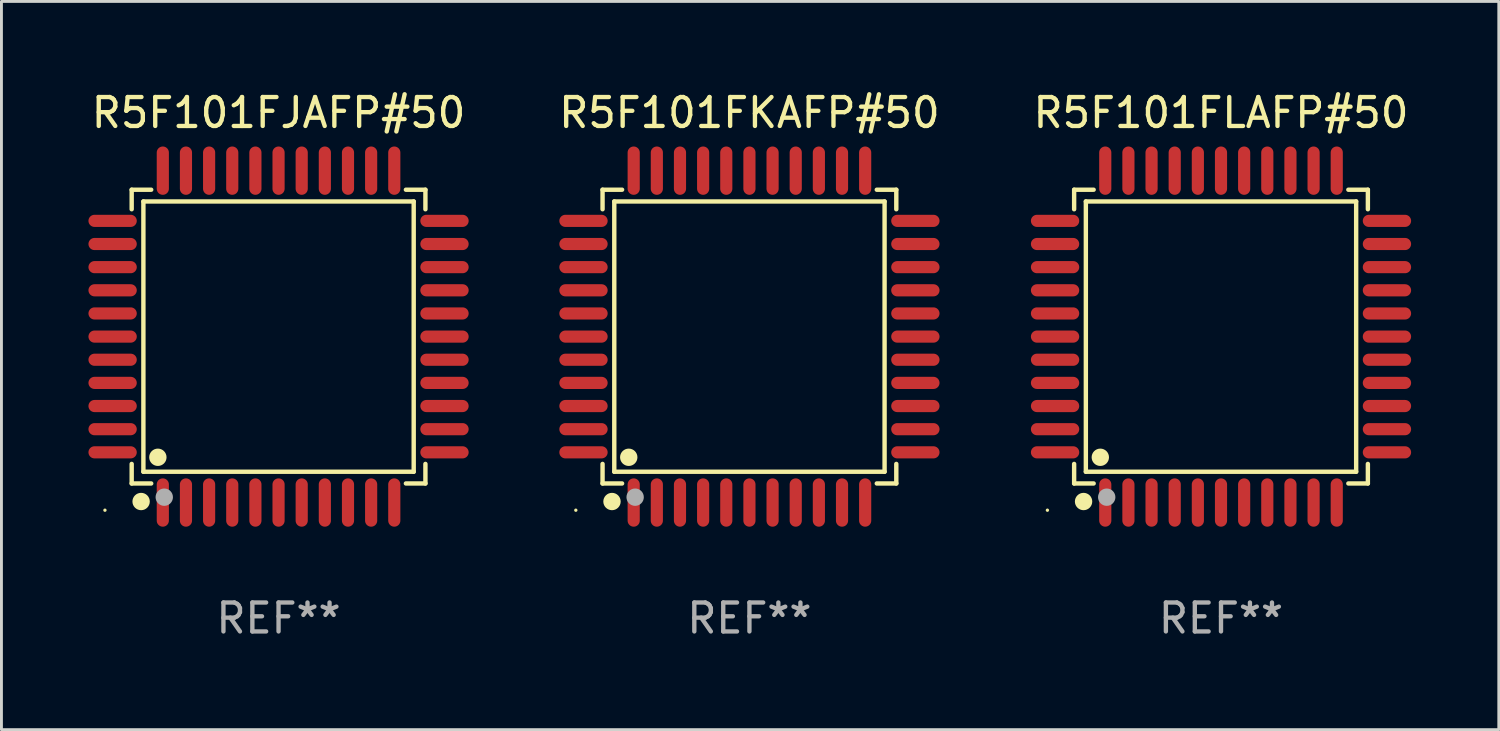
<source format=kicad_pcb>
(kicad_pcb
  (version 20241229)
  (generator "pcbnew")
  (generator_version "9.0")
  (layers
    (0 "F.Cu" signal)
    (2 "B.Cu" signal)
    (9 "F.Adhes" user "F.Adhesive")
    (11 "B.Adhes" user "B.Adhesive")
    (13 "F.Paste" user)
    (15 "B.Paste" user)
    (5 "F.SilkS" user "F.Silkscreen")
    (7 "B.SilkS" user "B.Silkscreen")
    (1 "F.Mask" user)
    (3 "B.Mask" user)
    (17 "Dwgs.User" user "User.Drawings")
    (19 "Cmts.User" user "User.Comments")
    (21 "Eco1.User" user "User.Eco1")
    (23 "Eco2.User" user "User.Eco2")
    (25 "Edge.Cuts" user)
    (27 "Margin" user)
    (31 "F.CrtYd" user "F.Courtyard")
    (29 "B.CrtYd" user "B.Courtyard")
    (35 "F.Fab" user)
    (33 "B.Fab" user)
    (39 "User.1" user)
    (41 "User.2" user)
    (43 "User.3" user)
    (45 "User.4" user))
  (footprint "R5F101FJAFP#50"
    (layer "F.Cu")
    (at 6.577 8.583)
    (property "Reference" "R5F101FJAFP#50" (at 0 -7.735 0) (layer "F.SilkS") (effects (font (size 1 1) (thickness 0.15))))
    (attr through_hole)
    (fp_line (start -5.076 -5.076) (end -4.401 -5.076) (stroke (width 0.152) (type solid)) (layer "F.SilkS"))
    (fp_line (start -5.076 -4.401) (end -5.076 -5.076) (stroke (width 0.152) (type solid)) (layer "F.SilkS"))
    (fp_line (start -5.076 4.401) (end -5.076 5.076) (stroke (width 0.152) (type solid)) (layer "F.SilkS"))
    (fp_line (start -5.076 5.076) (end -4.401 5.076) (stroke (width 0.152) (type solid)) (layer "F.SilkS"))
    (fp_line (start -4.671 -4.671) (end 4.671 -4.671) (stroke (width 0.152) (type solid)) (layer "F.SilkS"))
    (fp_line (start -4.671 4.671) (end -4.671 -4.671) (stroke (width 0.152) (type solid)) (layer "F.SilkS"))
    (fp_line (start 4.671 -4.671) (end 4.671 4.671) (stroke (width 0.152) (type solid)) (layer "F.SilkS"))
    (fp_line (start 4.671 4.671) (end -4.671 4.671) (stroke (width 0.152) (type solid)) (layer "F.SilkS"))
    (fp_line (start 5.076 -5.076) (end 4.401 -5.076) (stroke (width 0.152) (type solid)) (layer "F.SilkS"))
    (fp_line (start 5.076 -4.401) (end 5.076 -5.076) (stroke (width 0.152) (type solid)) (layer "F.SilkS"))
    (fp_line (start 5.076 4.401) (end 5.076 5.076) (stroke (width 0.152) (type solid)) (layer "F.SilkS"))
    (fp_line (start 5.076 5.076) (end 4.401 5.076) (stroke (width 0.152) (type solid)) (layer "F.SilkS"))
    (fp_circle (center -6 6) (end -5.97 6) (stroke (width 0.06) (type solid)) (fill no) (layer "F.SilkS"))
    (fp_circle (center -4.75 5.7) (end -4.6 5.7) (stroke (width 0.3) (type solid)) (fill no) (layer "F.SilkS"))
    (fp_circle (center -4.171 4.171) (end -4.021 4.171) (stroke (width 0.3) (type solid)) (fill no) (layer "F.SilkS"))
    (fp_circle (center -3.95 5.55) (end -3.8 5.55) (stroke (width 0.3) (type solid)) (fill no) (layer "F.Fab"))
    (fp_text user "REF**" (at 0 9.735 0) (layer "F.Fab") (effects (font (size 1 1) (thickness 0.15))))
    (pad "1" smd oval (at -4 5.735) (size 0.42 1.67) (layers "F.Cu" "F.Mask" "F.Paste"))
    (pad "2" smd oval (at -3.2 5.735) (size 0.42 1.67) (layers "F.Cu" "F.Mask" "F.Paste"))
    (pad "3" smd oval (at -2.4 5.735) (size 0.42 1.67) (layers "F.Cu" "F.Mask" "F.Paste"))
    (pad "4" smd oval (at -1.6 5.735) (size 0.42 1.67) (layers "F.Cu" "F.Mask" "F.Paste"))
    (pad "5" smd oval (at -0.8 5.735) (size 0.42 1.67) (layers "F.Cu" "F.Mask" "F.Paste"))
    (pad "6" smd oval (at 0 5.735) (size 0.42 1.67) (layers "F.Cu" "F.Mask" "F.Paste"))
    (pad "7" smd oval (at 0.8 5.735) (size 0.42 1.67) (layers "F.Cu" "F.Mask" "F.Paste"))
    (pad "8" smd oval (at 1.6 5.735) (size 0.42 1.67) (layers "F.Cu" "F.Mask" "F.Paste"))
    (pad "9" smd oval (at 2.4 5.735) (size 0.42 1.67) (layers "F.Cu" "F.Mask" "F.Paste"))
    (pad "10" smd oval (at 3.2 5.735) (size 0.42 1.67) (layers "F.Cu" "F.Mask" "F.Paste"))
    (pad "11" smd oval (at 4 5.735) (size 0.42 1.67) (layers "F.Cu" "F.Mask" "F.Paste"))
    (pad "12" smd oval (at 5.735 4) (size 1.67 0.42) (layers "F.Cu" "F.Mask" "F.Paste"))
    (pad "13" smd oval (at 5.735 3.2) (size 1.67 0.42) (layers "F.Cu" "F.Mask" "F.Paste"))
    (pad "14" smd oval (at 5.735 2.4) (size 1.67 0.42) (layers "F.Cu" "F.Mask" "F.Paste"))
    (pad "15" smd oval (at 5.735 1.6) (size 1.67 0.42) (layers "F.Cu" "F.Mask" "F.Paste"))
    (pad "16" smd oval (at 5.735 0.8) (size 1.67 0.42) (layers "F.Cu" "F.Mask" "F.Paste"))
    (pad "17" smd oval (at 5.735 0) (size 1.67 0.42) (layers "F.Cu" "F.Mask" "F.Paste"))
    (pad "18" smd oval (at 5.735 -0.8) (size 1.67 0.42) (layers "F.Cu" "F.Mask" "F.Paste"))
    (pad "19" smd oval (at 5.735 -1.6) (size 1.67 0.42) (layers "F.Cu" "F.Mask" "F.Paste"))
    (pad "20" smd oval (at 5.735 -2.4) (size 1.67 0.42) (layers "F.Cu" "F.Mask" "F.Paste"))
    (pad "21" smd oval (at 5.735 -3.2) (size 1.67 0.42) (layers "F.Cu" "F.Mask" "F.Paste"))
    (pad "22" smd oval (at 5.735 -4) (size 1.67 0.42) (layers "F.Cu" "F.Mask" "F.Paste"))
    (pad "23" smd oval (at 4 -5.735) (size 0.42 1.67) (layers "F.Cu" "F.Mask" "F.Paste"))
    (pad "24" smd oval (at 3.2 -5.735) (size 0.42 1.67) (layers "F.Cu" "F.Mask" "F.Paste"))
    (pad "25" smd oval (at 2.4 -5.735) (size 0.42 1.67) (layers "F.Cu" "F.Mask" "F.Paste"))
    (pad "26" smd oval (at 1.6 -5.735) (size 0.42 1.67) (layers "F.Cu" "F.Mask" "F.Paste"))
    (pad "27" smd oval (at 0.8 -5.735) (size 0.42 1.67) (layers "F.Cu" "F.Mask" "F.Paste"))
    (pad "28" smd oval (at 0 -5.735) (size 0.42 1.67) (layers "F.Cu" "F.Mask" "F.Paste"))
    (pad "29" smd oval (at -0.8 -5.735) (size 0.42 1.67) (layers "F.Cu" "F.Mask" "F.Paste"))
    (pad "30" smd oval (at -1.6 -5.735) (size 0.42 1.67) (layers "F.Cu" "F.Mask" "F.Paste"))
    (pad "31" smd oval (at -2.4 -5.735) (size 0.42 1.67) (layers "F.Cu" "F.Mask" "F.Paste"))
    (pad "32" smd oval (at -3.2 -5.735) (size 0.42 1.67) (layers "F.Cu" "F.Mask" "F.Paste"))
    (pad "33" smd oval (at -4 -5.735) (size 0.42 1.67) (layers "F.Cu" "F.Mask" "F.Paste"))
    (pad "34" smd oval (at -5.735 -4) (size 1.67 0.42) (layers "F.Cu" "F.Mask" "F.Paste"))
    (pad "35" smd oval (at -5.735 -3.2) (size 1.67 0.42) (layers "F.Cu" "F.Mask" "F.Paste"))
    (pad "36" smd oval (at -5.735 -2.4) (size 1.67 0.42) (layers "F.Cu" "F.Mask" "F.Paste"))
    (pad "37" smd oval (at -5.735 -1.6) (size 1.67 0.42) (layers "F.Cu" "F.Mask" "F.Paste"))
    (pad "38" smd oval (at -5.735 -0.8) (size 1.67 0.42) (layers "F.Cu" "F.Mask" "F.Paste"))
    (pad "39" smd oval (at -5.735 0) (size 1.67 0.42) (layers "F.Cu" "F.Mask" "F.Paste"))
    (pad "40" smd oval (at -5.735 0.8) (size 1.67 0.42) (layers "F.Cu" "F.Mask" "F.Paste"))
    (pad "41" smd oval (at -5.735 1.6) (size 1.67 0.42) (layers "F.Cu" "F.Mask" "F.Paste"))
    (pad "42" smd oval (at -5.735 2.4) (size 1.67 0.42) (layers "F.Cu" "F.Mask" "F.Paste"))
    (pad "43" smd oval (at -5.735 3.2) (size 1.67 0.42) (layers "F.Cu" "F.Mask" "F.Paste"))
    (pad "44" smd oval (at -5.735 4) (size 1.67 0.42) (layers "F.Cu" "F.Mask" "F.Paste")))
  (footprint "R5F101FLAFP#50"
    (layer "F.Cu")
    (at 39.149 8.583)
    (property "Reference" "R5F101FLAFP#50" (at 0 -7.735 0) (layer "F.SilkS") (effects (font (size 1 1) (thickness 0.15))))
    (attr through_hole)
    (fp_line (start -5.076 -5.076) (end -4.401 -5.076) (stroke (width 0.152) (type solid)) (layer "F.SilkS"))
    (fp_line (start -5.076 -4.401) (end -5.076 -5.076) (stroke (width 0.152) (type solid)) (layer "F.SilkS"))
    (fp_line (start -5.076 4.401) (end -5.076 5.076) (stroke (width 0.152) (type solid)) (layer "F.SilkS"))
    (fp_line (start -5.076 5.076) (end -4.401 5.076) (stroke (width 0.152) (type solid)) (layer "F.SilkS"))
    (fp_line (start -4.671 -4.671) (end 4.671 -4.671) (stroke (width 0.152) (type solid)) (layer "F.SilkS"))
    (fp_line (start -4.671 4.671) (end -4.671 -4.671) (stroke (width 0.152) (type solid)) (layer "F.SilkS"))
    (fp_line (start 4.671 -4.671) (end 4.671 4.671) (stroke (width 0.152) (type solid)) (layer "F.SilkS"))
    (fp_line (start 4.671 4.671) (end -4.671 4.671) (stroke (width 0.152) (type solid)) (layer "F.SilkS"))
    (fp_line (start 5.076 -5.076) (end 4.401 -5.076) (stroke (width 0.152) (type solid)) (layer "F.SilkS"))
    (fp_line (start 5.076 -4.401) (end 5.076 -5.076) (stroke (width 0.152) (type solid)) (layer "F.SilkS"))
    (fp_line (start 5.076 4.401) (end 5.076 5.076) (stroke (width 0.152) (type solid)) (layer "F.SilkS"))
    (fp_line (start 5.076 5.076) (end 4.401 5.076) (stroke (width 0.152) (type solid)) (layer "F.SilkS"))
    (fp_circle (center -6 6) (end -5.97 6) (stroke (width 0.06) (type solid)) (fill no) (layer "F.SilkS"))
    (fp_circle (center -4.75 5.7) (end -4.6 5.7) (stroke (width 0.3) (type solid)) (fill no) (layer "F.SilkS"))
    (fp_circle (center -4.171 4.171) (end -4.021 4.171) (stroke (width 0.3) (type solid)) (fill no) (layer "F.SilkS"))
    (fp_circle (center -3.95 5.55) (end -3.8 5.55) (stroke (width 0.3) (type solid)) (fill no) (layer "F.Fab"))
    (fp_text user "REF**" (at 0 9.735 0) (layer "F.Fab") (effects (font (size 1 1) (thickness 0.15))))
    (pad "1" smd oval (at -4 5.735) (size 0.42 1.67) (layers "F.Cu" "F.Mask" "F.Paste"))
    (pad "2" smd oval (at -3.2 5.735) (size 0.42 1.67) (layers "F.Cu" "F.Mask" "F.Paste"))
    (pad "3" smd oval (at -2.4 5.735) (size 0.42 1.67) (layers "F.Cu" "F.Mask" "F.Paste"))
    (pad "4" smd oval (at -1.6 5.735) (size 0.42 1.67) (layers "F.Cu" "F.Mask" "F.Paste"))
    (pad "5" smd oval (at -0.8 5.735) (size 0.42 1.67) (layers "F.Cu" "F.Mask" "F.Paste"))
    (pad "6" smd oval (at 0 5.735) (size 0.42 1.67) (layers "F.Cu" "F.Mask" "F.Paste"))
    (pad "7" smd oval (at 0.8 5.735) (size 0.42 1.67) (layers "F.Cu" "F.Mask" "F.Paste"))
    (pad "8" smd oval (at 1.6 5.735) (size 0.42 1.67) (layers "F.Cu" "F.Mask" "F.Paste"))
    (pad "9" smd oval (at 2.4 5.735) (size 0.42 1.67) (layers "F.Cu" "F.Mask" "F.Paste"))
    (pad "10" smd oval (at 3.2 5.735) (size 0.42 1.67) (layers "F.Cu" "F.Mask" "F.Paste"))
    (pad "11" smd oval (at 4 5.735) (size 0.42 1.67) (layers "F.Cu" "F.Mask" "F.Paste"))
    (pad "12" smd oval (at 5.735 4) (size 1.67 0.42) (layers "F.Cu" "F.Mask" "F.Paste"))
    (pad "13" smd oval (at 5.735 3.2) (size 1.67 0.42) (layers "F.Cu" "F.Mask" "F.Paste"))
    (pad "14" smd oval (at 5.735 2.4) (size 1.67 0.42) (layers "F.Cu" "F.Mask" "F.Paste"))
    (pad "15" smd oval (at 5.735 1.6) (size 1.67 0.42) (layers "F.Cu" "F.Mask" "F.Paste"))
    (pad "16" smd oval (at 5.735 0.8) (size 1.67 0.42) (layers "F.Cu" "F.Mask" "F.Paste"))
    (pad "17" smd oval (at 5.735 0) (size 1.67 0.42) (layers "F.Cu" "F.Mask" "F.Paste"))
    (pad "18" smd oval (at 5.735 -0.8) (size 1.67 0.42) (layers "F.Cu" "F.Mask" "F.Paste"))
    (pad "19" smd oval (at 5.735 -1.6) (size 1.67 0.42) (layers "F.Cu" "F.Mask" "F.Paste"))
    (pad "20" smd oval (at 5.735 -2.4) (size 1.67 0.42) (layers "F.Cu" "F.Mask" "F.Paste"))
    (pad "21" smd oval (at 5.735 -3.2) (size 1.67 0.42) (layers "F.Cu" "F.Mask" "F.Paste"))
    (pad "22" smd oval (at 5.735 -4) (size 1.67 0.42) (layers "F.Cu" "F.Mask" "F.Paste"))
    (pad "23" smd oval (at 4 -5.735) (size 0.42 1.67) (layers "F.Cu" "F.Mask" "F.Paste"))
    (pad "24" smd oval (at 3.2 -5.735) (size 0.42 1.67) (layers "F.Cu" "F.Mask" "F.Paste"))
    (pad "25" smd oval (at 2.4 -5.735) (size 0.42 1.67) (layers "F.Cu" "F.Mask" "F.Paste"))
    (pad "26" smd oval (at 1.6 -5.735) (size 0.42 1.67) (layers "F.Cu" "F.Mask" "F.Paste"))
    (pad "27" smd oval (at 0.8 -5.735) (size 0.42 1.67) (layers "F.Cu" "F.Mask" "F.Paste"))
    (pad "28" smd oval (at 0 -5.735) (size 0.42 1.67) (layers "F.Cu" "F.Mask" "F.Paste"))
    (pad "29" smd oval (at -0.8 -5.735) (size 0.42 1.67) (layers "F.Cu" "F.Mask" "F.Paste"))
    (pad "30" smd oval (at -1.6 -5.735) (size 0.42 1.67) (layers "F.Cu" "F.Mask" "F.Paste"))
    (pad "31" smd oval (at -2.4 -5.735) (size 0.42 1.67) (layers "F.Cu" "F.Mask" "F.Paste"))
    (pad "32" smd oval (at -3.2 -5.735) (size 0.42 1.67) (layers "F.Cu" "F.Mask" "F.Paste"))
    (pad "33" smd oval (at -4 -5.735) (size 0.42 1.67) (layers "F.Cu" "F.Mask" "F.Paste"))
    (pad "34" smd oval (at -5.735 -4) (size 1.67 0.42) (layers "F.Cu" "F.Mask" "F.Paste"))
    (pad "35" smd oval (at -5.735 -3.2) (size 1.67 0.42) (layers "F.Cu" "F.Mask" "F.Paste"))
    (pad "36" smd oval (at -5.735 -2.4) (size 1.67 0.42) (layers "F.Cu" "F.Mask" "F.Paste"))
    (pad "37" smd oval (at -5.735 -1.6) (size 1.67 0.42) (layers "F.Cu" "F.Mask" "F.Paste"))
    (pad "38" smd oval (at -5.735 -0.8) (size 1.67 0.42) (layers "F.Cu" "F.Mask" "F.Paste"))
    (pad "39" smd oval (at -5.735 0) (size 1.67 0.42) (layers "F.Cu" "F.Mask" "F.Paste"))
    (pad "40" smd oval (at -5.735 0.8) (size 1.67 0.42) (layers "F.Cu" "F.Mask" "F.Paste"))
    (pad "41" smd oval (at -5.735 1.6) (size 1.67 0.42) (layers "F.Cu" "F.Mask" "F.Paste"))
    (pad "42" smd oval (at -5.735 2.4) (size 1.67 0.42) (layers "F.Cu" "F.Mask" "F.Paste"))
    (pad "43" smd oval (at -5.735 3.2) (size 1.67 0.42) (layers "F.Cu" "F.Mask" "F.Paste"))
    (pad "44" smd oval (at -5.735 4) (size 1.67 0.42) (layers "F.Cu" "F.Mask" "F.Paste")))
  (footprint "R5F101FKAFP#50"
    (layer "F.Cu")
    (at 22.851 8.583)
    (property "Reference" "R5F101FKAFP#50" (at 0 -7.735 0) (layer "F.SilkS") (effects (font (size 1 1) (thickness 0.15))))
    (attr through_hole)
    (fp_line (start -5.076 -5.076) (end -4.401 -5.076) (stroke (width 0.152) (type solid)) (layer "F.SilkS"))
    (fp_line (start -5.076 -4.401) (end -5.076 -5.076) (stroke (width 0.152) (type solid)) (layer "F.SilkS"))
    (fp_line (start -5.076 4.401) (end -5.076 5.076) (stroke (width 0.152) (type solid)) (layer "F.SilkS"))
    (fp_line (start -5.076 5.076) (end -4.401 5.076) (stroke (width 0.152) (type solid)) (layer "F.SilkS"))
    (fp_line (start -4.671 -4.671) (end 4.671 -4.671) (stroke (width 0.152) (type solid)) (layer "F.SilkS"))
    (fp_line (start -4.671 4.671) (end -4.671 -4.671) (stroke (width 0.152) (type solid)) (layer "F.SilkS"))
    (fp_line (start 4.671 -4.671) (end 4.671 4.671) (stroke (width 0.152) (type solid)) (layer "F.SilkS"))
    (fp_line (start 4.671 4.671) (end -4.671 4.671) (stroke (width 0.152) (type solid)) (layer "F.SilkS"))
    (fp_line (start 5.076 -5.076) (end 4.401 -5.076) (stroke (width 0.152) (type solid)) (layer "F.SilkS"))
    (fp_line (start 5.076 -4.401) (end 5.076 -5.076) (stroke (width 0.152) (type solid)) (layer "F.SilkS"))
    (fp_line (start 5.076 4.401) (end 5.076 5.076) (stroke (width 0.152) (type solid)) (layer "F.SilkS"))
    (fp_line (start 5.076 5.076) (end 4.401 5.076) (stroke (width 0.152) (type solid)) (layer "F.SilkS"))
    (fp_circle (center -6 6) (end -5.97 6) (stroke (width 0.06) (type solid)) (fill no) (layer "F.SilkS"))
    (fp_circle (center -4.75 5.7) (end -4.6 5.7) (stroke (width 0.3) (type solid)) (fill no) (layer "F.SilkS"))
    (fp_circle (center -4.171 4.171) (end -4.021 4.171) (stroke (width 0.3) (type solid)) (fill no) (layer "F.SilkS"))
    (fp_circle (center -3.95 5.55) (end -3.8 5.55) (stroke (width 0.3) (type solid)) (fill no) (layer "F.Fab"))
    (fp_text user "REF**" (at 0 9.735 0) (layer "F.Fab") (effects (font (size 1 1) (thickness 0.15))))
    (pad "1" smd oval (at -4 5.735) (size 0.42 1.67) (layers "F.Cu" "F.Mask" "F.Paste"))
    (pad "2" smd oval (at -3.2 5.735) (size 0.42 1.67) (layers "F.Cu" "F.Mask" "F.Paste"))
    (pad "3" smd oval (at -2.4 5.735) (size 0.42 1.67) (layers "F.Cu" "F.Mask" "F.Paste"))
    (pad "4" smd oval (at -1.6 5.735) (size 0.42 1.67) (layers "F.Cu" "F.Mask" "F.Paste"))
    (pad "5" smd oval (at -0.8 5.735) (size 0.42 1.67) (layers "F.Cu" "F.Mask" "F.Paste"))
    (pad "6" smd oval (at 0 5.735) (size 0.42 1.67) (layers "F.Cu" "F.Mask" "F.Paste"))
    (pad "7" smd oval (at 0.8 5.735) (size 0.42 1.67) (layers "F.Cu" "F.Mask" "F.Paste"))
    (pad "8" smd oval (at 1.6 5.735) (size 0.42 1.67) (layers "F.Cu" "F.Mask" "F.Paste"))
    (pad "9" smd oval (at 2.4 5.735) (size 0.42 1.67) (layers "F.Cu" "F.Mask" "F.Paste"))
    (pad "10" smd oval (at 3.2 5.735) (size 0.42 1.67) (layers "F.Cu" "F.Mask" "F.Paste"))
    (pad "11" smd oval (at 4 5.735) (size 0.42 1.67) (layers "F.Cu" "F.Mask" "F.Paste"))
    (pad "12" smd oval (at 5.735 4) (size 1.67 0.42) (layers "F.Cu" "F.Mask" "F.Paste"))
    (pad "13" smd oval (at 5.735 3.2) (size 1.67 0.42) (layers "F.Cu" "F.Mask" "F.Paste"))
    (pad "14" smd oval (at 5.735 2.4) (size 1.67 0.42) (layers "F.Cu" "F.Mask" "F.Paste"))
    (pad "15" smd oval (at 5.735 1.6) (size 1.67 0.42) (layers "F.Cu" "F.Mask" "F.Paste"))
    (pad "16" smd oval (at 5.735 0.8) (size 1.67 0.42) (layers "F.Cu" "F.Mask" "F.Paste"))
    (pad "17" smd oval (at 5.735 0) (size 1.67 0.42) (layers "F.Cu" "F.Mask" "F.Paste"))
    (pad "18" smd oval (at 5.735 -0.8) (size 1.67 0.42) (layers "F.Cu" "F.Mask" "F.Paste"))
    (pad "19" smd oval (at 5.735 -1.6) (size 1.67 0.42) (layers "F.Cu" "F.Mask" "F.Paste"))
    (pad "20" smd oval (at 5.735 -2.4) (size 1.67 0.42) (layers "F.Cu" "F.Mask" "F.Paste"))
    (pad "21" smd oval (at 5.735 -3.2) (size 1.67 0.42) (layers "F.Cu" "F.Mask" "F.Paste"))
    (pad "22" smd oval (at 5.735 -4) (size 1.67 0.42) (layers "F.Cu" "F.Mask" "F.Paste"))
    (pad "23" smd oval (at 4 -5.735) (size 0.42 1.67) (layers "F.Cu" "F.Mask" "F.Paste"))
    (pad "24" smd oval (at 3.2 -5.735) (size 0.42 1.67) (layers "F.Cu" "F.Mask" "F.Paste"))
    (pad "25" smd oval (at 2.4 -5.735) (size 0.42 1.67) (layers "F.Cu" "F.Mask" "F.Paste"))
    (pad "26" smd oval (at 1.6 -5.735) (size 0.42 1.67) (layers "F.Cu" "F.Mask" "F.Paste"))
    (pad "27" smd oval (at 0.8 -5.735) (size 0.42 1.67) (layers "F.Cu" "F.Mask" "F.Paste"))
    (pad "28" smd oval (at 0 -5.735) (size 0.42 1.67) (layers "F.Cu" "F.Mask" "F.Paste"))
    (pad "29" smd oval (at -0.8 -5.735) (size 0.42 1.67) (layers "F.Cu" "F.Mask" "F.Paste"))
    (pad "30" smd oval (at -1.6 -5.735) (size 0.42 1.67) (layers "F.Cu" "F.Mask" "F.Paste"))
    (pad "31" smd oval (at -2.4 -5.735) (size 0.42 1.67) (layers "F.Cu" "F.Mask" "F.Paste"))
    (pad "32" smd oval (at -3.2 -5.735) (size 0.42 1.67) (layers "F.Cu" "F.Mask" "F.Paste"))
    (pad "33" smd oval (at -4 -5.735) (size 0.42 1.67) (layers "F.Cu" "F.Mask" "F.Paste"))
    (pad "34" smd oval (at -5.735 -4) (size 1.67 0.42) (layers "F.Cu" "F.Mask" "F.Paste"))
    (pad "35" smd oval (at -5.735 -3.2) (size 1.67 0.42) (layers "F.Cu" "F.Mask" "F.Paste"))
    (pad "36" smd oval (at -5.735 -2.4) (size 1.67 0.42) (layers "F.Cu" "F.Mask" "F.Paste"))
    (pad "37" smd oval (at -5.735 -1.6) (size 1.67 0.42) (layers "F.Cu" "F.Mask" "F.Paste"))
    (pad "38" smd oval (at -5.735 -0.8) (size 1.67 0.42) (layers "F.Cu" "F.Mask" "F.Paste"))
    (pad "39" smd oval (at -5.735 0) (size 1.67 0.42) (layers "F.Cu" "F.Mask" "F.Paste"))
    (pad "40" smd oval (at -5.735 0.8) (size 1.67 0.42) (layers "F.Cu" "F.Mask" "F.Paste"))
    (pad "41" smd oval (at -5.735 1.6) (size 1.67 0.42) (layers "F.Cu" "F.Mask" "F.Paste"))
    (pad "42" smd oval (at -5.735 2.4) (size 1.67 0.42) (layers "F.Cu" "F.Mask" "F.Paste"))
    (pad "43" smd oval (at -5.735 3.2) (size 1.67 0.42) (layers "F.Cu" "F.Mask" "F.Paste"))
    (pad "44" smd oval (at -5.735 4) (size 1.67 0.42) (layers "F.Cu" "F.Mask" "F.Paste")))
  (gr_rect
    (start -3 -3)
    (end 48.75 22.167)
    (stroke (width 0.1) (type default))
    (fill no)
    (layer "Edge.Cuts")))
</source>
